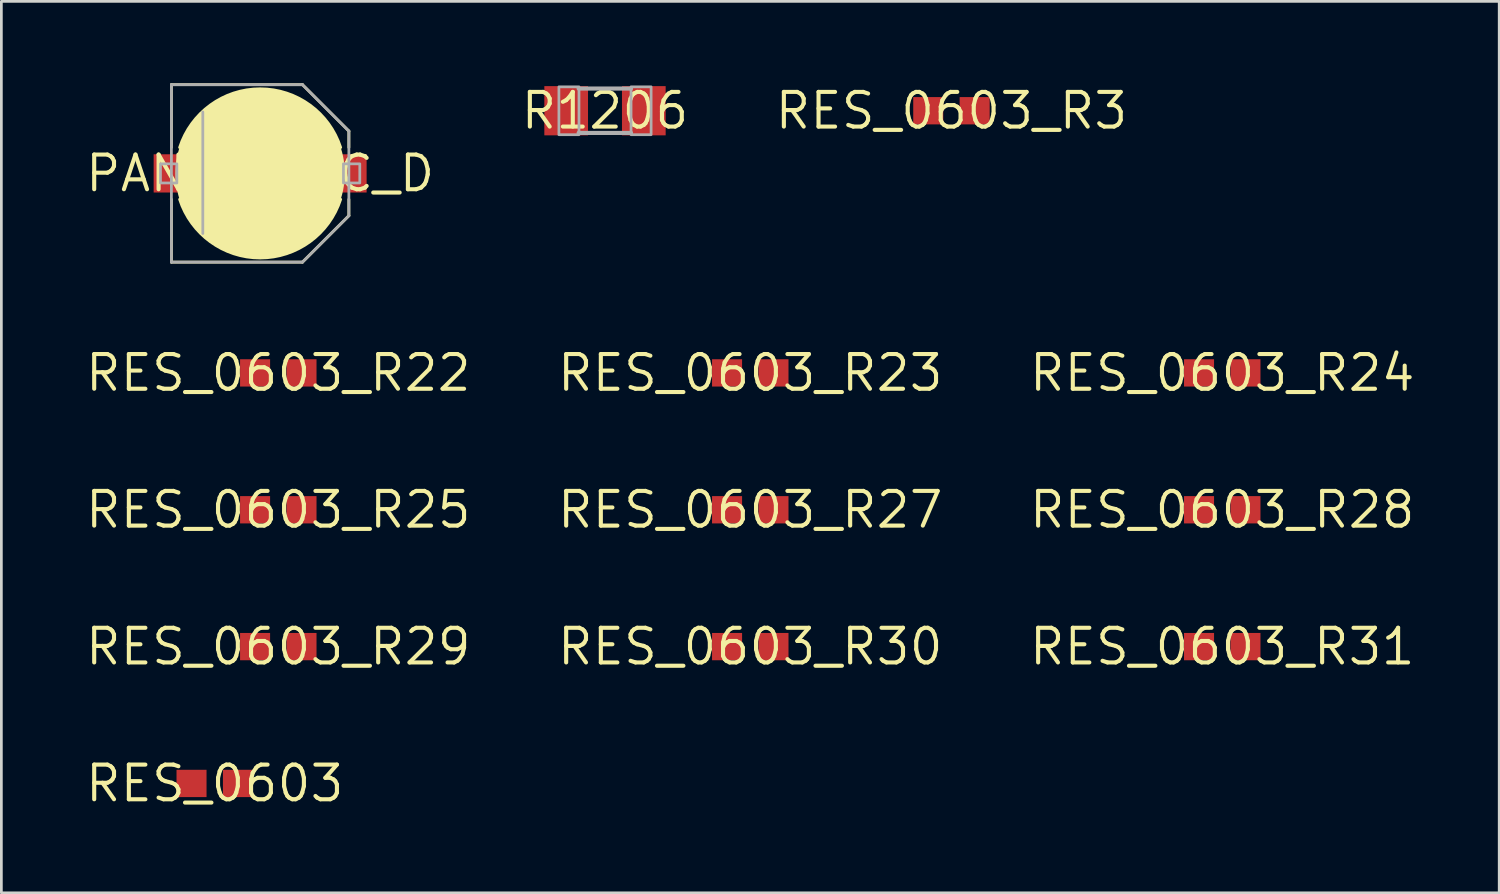
<source format=kicad_pcb>
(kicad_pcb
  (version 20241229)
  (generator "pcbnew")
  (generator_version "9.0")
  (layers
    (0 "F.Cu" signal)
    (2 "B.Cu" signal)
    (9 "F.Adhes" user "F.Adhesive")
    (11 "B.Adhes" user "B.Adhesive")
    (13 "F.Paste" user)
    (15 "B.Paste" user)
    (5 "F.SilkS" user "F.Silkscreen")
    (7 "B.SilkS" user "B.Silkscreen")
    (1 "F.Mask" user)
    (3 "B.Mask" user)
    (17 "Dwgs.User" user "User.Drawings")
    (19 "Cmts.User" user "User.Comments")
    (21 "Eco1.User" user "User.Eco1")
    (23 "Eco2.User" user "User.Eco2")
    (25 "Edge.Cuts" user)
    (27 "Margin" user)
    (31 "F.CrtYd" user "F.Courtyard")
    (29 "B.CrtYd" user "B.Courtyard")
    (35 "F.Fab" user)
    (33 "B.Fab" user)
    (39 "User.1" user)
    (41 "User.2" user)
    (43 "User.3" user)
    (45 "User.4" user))
  (footprint "RES_0603_R28"
    (layer "F.Cu")
    (at 41.717 15.621)
    (property "Reference" "RES_0603_R28" (at 0 0 0) (layer "F.SilkS") (effects (font (size 1.27 1.27) (thickness 0.15))))
    (pad "1" smd rect (at -0.85 0 90) (size 1 1.1) (layers "F.Cu" "F.Mask" "F.Paste"))
    (pad "2" smd rect (at 0.85 0 90) (size 1 1.1) (layers "F.Cu" "F.Mask" "F.Paste")))
  (footprint "RES_0603_R24"
    (layer "F.Cu")
    (at 41.717 10.608)
    (property "Reference" "RES_0603_R24" (at 0 0 0) (layer "F.SilkS") (effects (font (size 1.27 1.27) (thickness 0.15))))
    (pad "1" smd rect (at -0.85 0 90) (size 1 1.1) (layers "F.Cu" "F.Mask" "F.Paste"))
    (pad "2" smd rect (at 0.85 0 90) (size 1 1.1) (layers "F.Cu" "F.Mask" "F.Paste")))
  (footprint "RES_0603_R23"
    (layer "F.Cu")
    (at 24.43 10.608)
    (property "Reference" "RES_0603_R23" (at 0 0 0) (layer "F.SilkS") (effects (font (size 1.27 1.27) (thickness 0.15))))
    (pad "1" smd rect (at -0.85 0 90) (size 1 1.1) (layers "F.Cu" "F.Mask" "F.Paste"))
    (pad "2" smd rect (at 0.85 0 90) (size 1 1.1) (layers "F.Cu" "F.Mask" "F.Paste")))
  (footprint "RES_0603_R22"
    (layer "F.Cu")
    (at 7.143 10.608)
    (property "Reference" "RES_0603_R22" (at 0 0 0) (layer "F.SilkS") (effects (font (size 1.27 1.27) (thickness 0.15))))
    (pad "1" smd rect (at -0.85 0 90) (size 1 1.1) (layers "F.Cu" "F.Mask" "F.Paste"))
    (pad "2" smd rect (at 0.85 0 90) (size 1 1.1) (layers "F.Cu" "F.Mask" "F.Paste")))
  (footprint "RES_0603_R27"
    (layer "F.Cu")
    (at 24.43 15.621)
    (property "Reference" "RES_0603_R27" (at 0 0 0) (layer "F.SilkS") (effects (font (size 1.27 1.27) (thickness 0.15))))
    (pad "1" smd rect (at -0.85 0 90) (size 1 1.1) (layers "F.Cu" "F.Mask" "F.Paste"))
    (pad "2" smd rect (at 0.85 0 90) (size 1 1.1) (layers "F.Cu" "F.Mask" "F.Paste")))
  (footprint "R1206"
    (layer "F.Cu")
    (at 19.109 1.006)
    (property "Reference" "R1206" (at 0 0 0) (layer "F.SilkS") (effects (font (size 1.27 1.27) (thickness 0.15))))
    (fp_poly (pts (xy -2.222 -0.902) (xy -0.622 -0.902) (xy -0.622 0.902) (xy -2.222 0.902)) (stroke (width 0) (type default)) (fill yes) (layer "F.Mask"))
    (fp_poly (pts (xy 0.622 -0.902) (xy 2.222 -0.902) (xy 2.222 0.902) (xy 0.622 0.902)) (stroke (width 0) (type default)) (fill yes) (layer "F.Mask"))
    (fp_poly (pts (xy -2.222 -0.902) (xy -0.622 -0.902) (xy -0.622 0.902) (xy -2.222 0.902)) (stroke (width 0) (type default)) (fill yes) (layer "F.Paste"))
    (fp_poly (pts (xy 0.622 -0.902) (xy 2.222 -0.902) (xy 2.222 0.902) (xy 0.622 0.902)) (stroke (width 0) (type default)) (fill yes) (layer "F.Paste"))
    (fp_line (start 0.953 -0.813) (end -0.965 -0.813) (stroke (width 0.152) (type solid)) (layer "F.Fab"))
    (fp_line (start 0.953 0.813) (end -0.965 0.813) (stroke (width 0.152) (type solid)) (layer "F.Fab"))
    (fp_poly (pts (xy -0.953 -0.876) (xy -1.688 -0.876) (xy -1.688 0.877) (xy -0.953 0.877)) (stroke (width 0.1) (type default)) (fill no) (layer "F.Fab"))
    (fp_poly (pts (xy 1.689 -0.876) (xy 0.954 -0.876) (xy 0.954 0.877) (xy 1.689 0.877)) (stroke (width 0.1) (type default)) (fill no) (layer "F.Fab"))
    (pad "1" smd rect (at -1.422 0) (size 1.6 1.803) (layers "F.Cu"))
    (pad "2" smd rect (at 1.422 0) (size 1.6 1.803) (layers "F.Cu")))
  (footprint "RES_0603_R30"
    (layer "F.Cu")
    (at 24.43 20.633)
    (property "Reference" "RES_0603_R30" (at 0 0 0) (layer "F.SilkS") (effects (font (size 1.27 1.27) (thickness 0.15))))
    (pad "1" smd rect (at -0.85 0 90) (size 1 1.1) (layers "F.Cu" "F.Mask" "F.Paste"))
    (pad "2" smd rect (at 0.85 0 90) (size 1 1.1) (layers "F.Cu" "F.Mask" "F.Paste")))
  (footprint "RES_0603_R29"
    (layer "F.Cu")
    (at 7.143 20.633)
    (property "Reference" "RES_0603_R29" (at 0 0 0) (layer "F.SilkS") (effects (font (size 1.27 1.27) (thickness 0.15))))
    (pad "1" smd rect (at -0.85 0 90) (size 1 1.1) (layers "F.Cu" "F.Mask" "F.Paste"))
    (pad "2" smd rect (at 0.85 0 90) (size 1 1.1) (layers "F.Cu" "F.Mask" "F.Paste")))
  (footprint "RES_0603"
    (layer "F.Cu")
    (at 4.815 25.645)
    (property "Reference" "RES_0603" (at 0 0 0) (layer "F.SilkS") (effects (font (size 1.27 1.27) (thickness 0.15))))
    (pad "1" smd rect (at -0.85 0 90) (size 1 1.1) (layers "F.Cu" "F.Mask" "F.Paste"))
    (pad "2" smd rect (at 0.85 0 90) (size 1 1.1) (layers "F.Cu" "F.Mask" "F.Paste")))
  (footprint "RES_0603_R3"
    (layer "F.Cu")
    (at 31.799 1.006)
    (property "Reference" "RES_0603_R3" (at 0 0 0) (layer "F.SilkS") (effects (font (size 1.27 1.27) (thickness 0.15))))
    (pad "1" smd rect (at -0.85 0 90) (size 1 1.1) (layers "F.Cu" "F.Mask" "F.Paste"))
    (pad "2" smd rect (at 0.85 0 90) (size 1 1.1) (layers "F.Cu" "F.Mask" "F.Paste")))
  (footprint "PANASONIC_D"
    (layer "F.Cu")
    (at 6.478 3.301)
    (property "Reference" "PANASONIC_D" (at 0 0 0) (layer "F.SilkS") (effects (font (size 1.27 1.27) (thickness 0.15))))
    (fp_poly (pts (xy -0.9 0.7) (xy -3.9 0.7) (xy -3.9 -0.7) (xy -0.9 -0.7)) (stroke (width 0) (type default)) (fill yes) (layer "F.Mask"))
    (fp_poly (pts (xy 3.9 0.7) (xy 0.9 0.7) (xy 0.9 -0.7) (xy 3.9 -0.7)) (stroke (width 0) (type default)) (fill yes) (layer "F.Mask"))
    (fp_line (start -3.25 -3.25) (end 1.55 -3.25) (stroke (width 0.102) (type solid)) (layer "F.SilkS"))
    (fp_line (start -3.25 -0.95) (end -3.25 -3.25) (stroke (width 0.102) (type solid)) (layer "F.SilkS"))
    (fp_line (start -3.25 3.25) (end -3.25 0.95) (stroke (width 0.102) (type solid)) (layer "F.SilkS"))
    (fp_line (start 1.55 -3.25) (end 3.25 -1.55) (stroke (width 0.102) (type solid)) (layer "F.SilkS"))
    (fp_line (start 1.55 3.25) (end -3.25 3.25) (stroke (width 0.102) (type solid)) (layer "F.SilkS"))
    (fp_line (start 3.25 -1.55) (end 3.25 -0.95) (stroke (width 0.102) (type solid)) (layer "F.SilkS"))
    (fp_line (start 3.25 0.95) (end 3.25 1.55) (stroke (width 0.102) (type solid)) (layer "F.SilkS"))
    (fp_line (start 3.25 1.55) (end 1.55 3.25) (stroke (width 0.102) (type solid)) (layer "F.SilkS"))
    (fp_arc (start -2.949999 -0.950002) (mid 0.000001 -3.09893) (end 2.95 -0.95) (stroke (width 0.102) (type solid)) (layer "F.SilkS"))
    (fp_arc (start 2.95 0.950001) (mid 0 3.098938) (end -2.95 0.95) (stroke (width 0.102) (type solid)) (layer "F.SilkS"))
    (fp_circle (center 0 0) (end 1.55 0) (stroke (width 3.1) (type solid)) (fill yes) (layer "F.SilkS"))
    (fp_poly (pts (xy -0.9 0.7) (xy -3.9 0.7) (xy -3.9 -0.7) (xy -0.9 -0.7)) (stroke (width 0) (type default)) (fill yes) (layer "F.Paste"))
    (fp_poly (pts (xy 3.9 0.7) (xy 0.9 0.7) (xy 0.9 -0.7) (xy 3.9 -0.7)) (stroke (width 0) (type default)) (fill yes) (layer "F.Paste"))
    (fp_line (start -3.25 -3.25) (end 1.55 -3.25) (stroke (width 0.102) (type solid)) (layer "F.Fab"))
    (fp_line (start -3.25 3.25) (end -3.25 -3.25) (stroke (width 0.102) (type solid)) (layer "F.Fab"))
    (fp_line (start -2.1 -2.25) (end -2.1 2.2) (stroke (width 0.102) (type solid)) (layer "F.Fab"))
    (fp_line (start 1.55 -3.25) (end 3.25 -1.55) (stroke (width 0.102) (type solid)) (layer "F.Fab"))
    (fp_line (start 1.55 3.25) (end -3.25 3.25) (stroke (width 0.102) (type solid)) (layer "F.Fab"))
    (fp_line (start 3.25 -1.55) (end 3.25 1.55) (stroke (width 0.102) (type solid)) (layer "F.Fab"))
    (fp_line (start 3.25 1.55) (end 1.55 3.25) (stroke (width 0.102) (type solid)) (layer "F.Fab"))
    (fp_poly (pts (xy -3.05 -0.35) (xy -3.65 -0.35) (xy -3.65 0.35) (xy -3.05 0.35)) (stroke (width 0.1) (type default)) (fill no) (layer "F.Fab"))
    (fp_poly (pts (xy 3.65 -0.35) (xy 3.051 -0.35) (xy 3.051 0.35) (xy 3.65 0.35)) (stroke (width 0.1) (type default)) (fill no) (layer "F.Fab"))
    (pad "+" smd rect (at 2.4 0 180) (size 3 1.4) (layers "F.Cu"))
    (pad "-" smd rect (at -2.4 0 180) (size 3 1.4) (layers "F.Cu")))
  (footprint "RES_0603_R25"
    (layer "F.Cu")
    (at 7.143 15.621)
    (property "Reference" "RES_0603_R25" (at 0 0 0) (layer "F.SilkS") (effects (font (size 1.27 1.27) (thickness 0.15))))
    (pad "1" smd rect (at -0.85 0 90) (size 1 1.1) (layers "F.Cu" "F.Mask" "F.Paste"))
    (pad "2" smd rect (at 0.85 0 90) (size 1 1.1) (layers "F.Cu" "F.Mask" "F.Paste")))
  (footprint "RES_0603_R31"
    (layer "F.Cu")
    (at 41.717 20.633)
    (property "Reference" "RES_0603_R31" (at 0 0 0) (layer "F.SilkS") (effects (font (size 1.27 1.27) (thickness 0.15))))
    (pad "1" smd rect (at -0.85 0 90) (size 1 1.1) (layers "F.Cu" "F.Mask" "F.Paste"))
    (pad "2" smd rect (at 0.85 0 90) (size 1 1.1) (layers "F.Cu" "F.Mask" "F.Paste")))
  (gr_rect
    (start -3 -3)
    (end 51.861 29.652)
    (stroke (width 0.1) (type default))
    (fill no)
    (layer "Edge.Cuts")))
</source>
